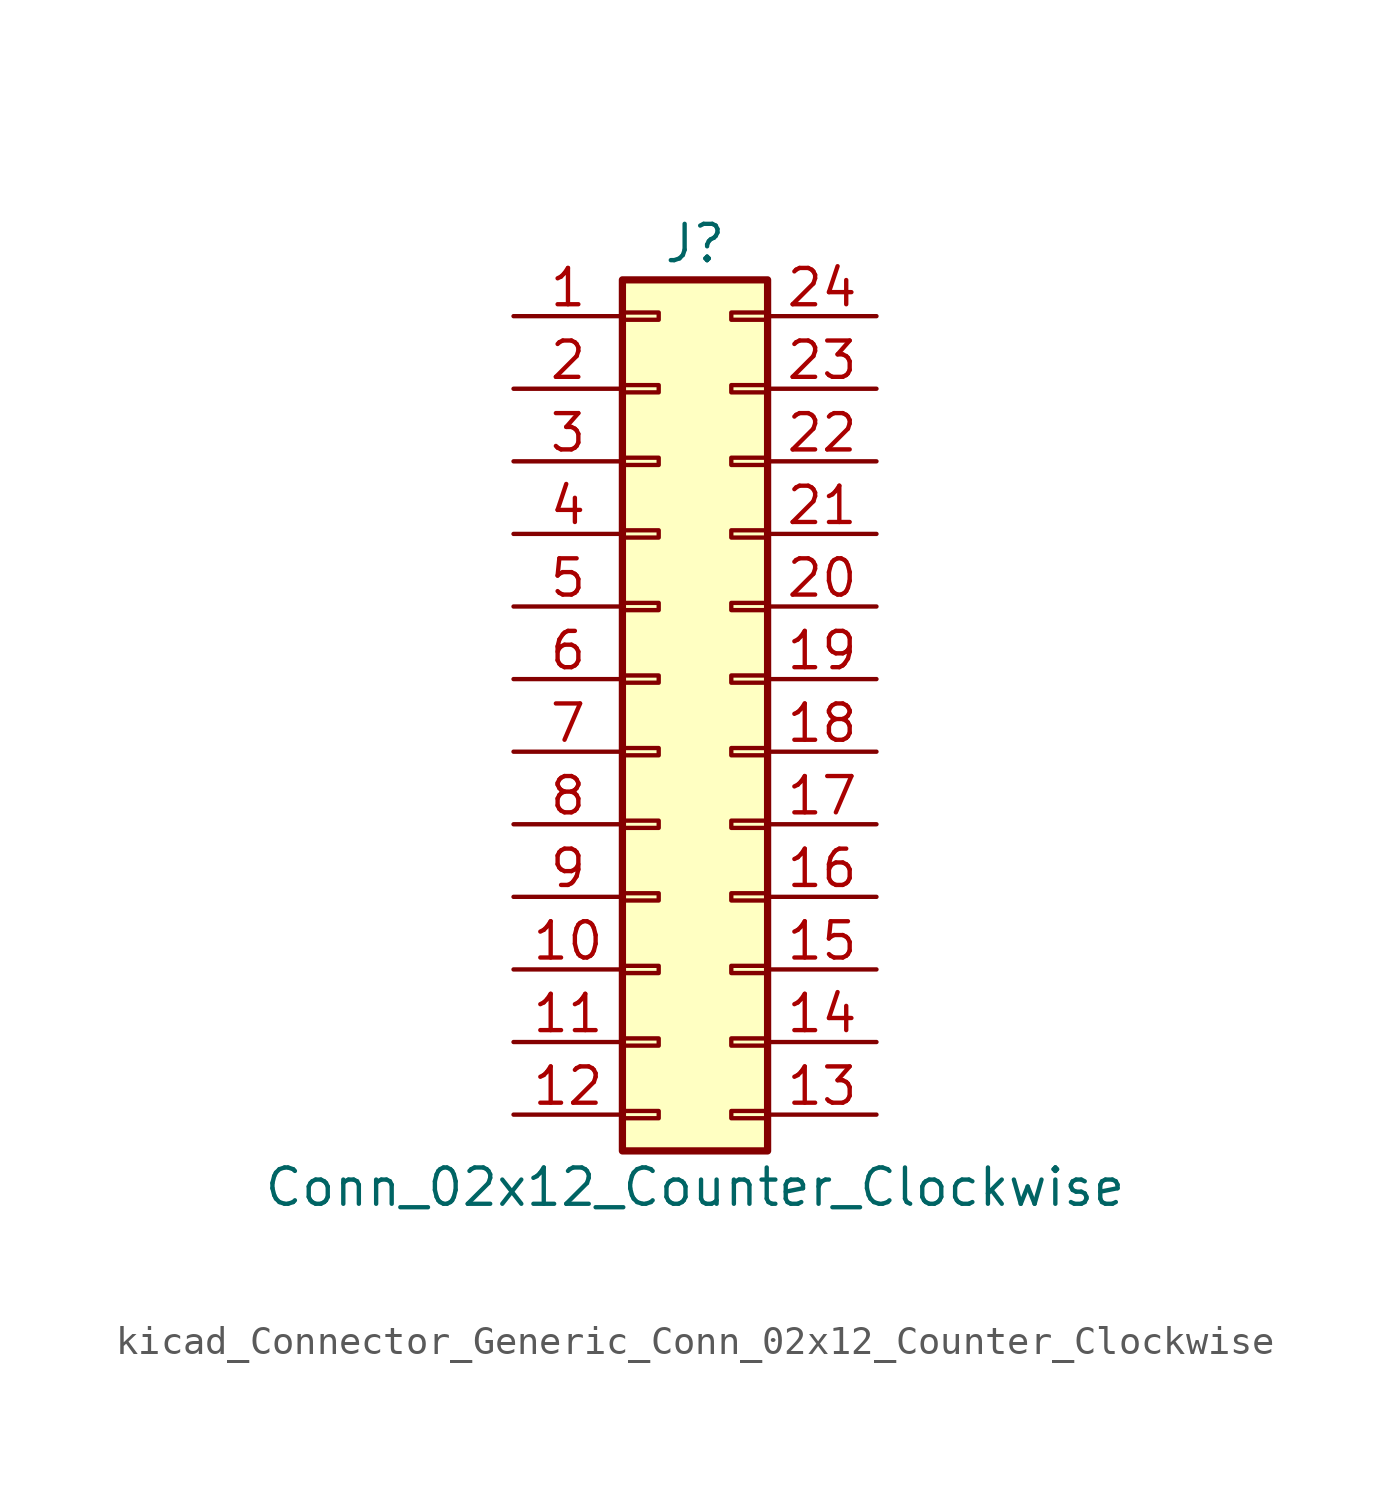
<source format=kicad_sym>
(kicad_symbol_lib
  (version 20220914)
  (generator kicad_symbol_editor)
  (symbol "kicad_Connector_Generic_Conn_02x12_Counter_Clockwise"
    (pin_names
      (offset 1.016) hide)
    (property "Reference" "J"
      (at 1.27 15.24 0)
      (effects (font (size 1.27 1.27))))
    (property "Value" "Conn_02x12_Counter_Clockwise"
      (at 1.27 -17.78 0)
      (effects (font (size 1.27 1.27))))
    (symbol "kicad_Connector_Generic_Conn_02x12_Counter_Clockwise_1_1"
      (rectangle (start -1.27 -15.113) (end 0 -15.367) (stroke (width 0.152) (type default)) (fill (type none)))
      (rectangle (start -1.27 -12.573) (end 0 -12.827) (stroke (width 0.152) (type default)) (fill (type none)))
      (rectangle (start -1.27 -10.033) (end 0 -10.287) (stroke (width 0.152) (type default)) (fill (type none)))
      (rectangle (start -1.27 -7.493) (end 0 -7.747) (stroke (width 0.152) (type default)) (fill (type none)))
      (rectangle (start -1.27 -4.953) (end 0 -5.207) (stroke (width 0.152) (type default)) (fill (type none)))
      (rectangle (start -1.27 -2.413) (end 0 -2.667) (stroke (width 0.152) (type default)) (fill (type none)))
      (rectangle (start -1.27 0.127) (end 0 -0.127) (stroke (width 0.152) (type default)) (fill (type none)))
      (rectangle (start -1.27 2.667) (end 0 2.413) (stroke (width 0.152) (type default)) (fill (type none)))
      (rectangle (start -1.27 5.207) (end 0 4.953) (stroke (width 0.152) (type default)) (fill (type none)))
      (rectangle (start -1.27 7.747) (end 0 7.493) (stroke (width 0.152) (type default)) (fill (type none)))
      (rectangle (start -1.27 10.287) (end 0 10.033) (stroke (width 0.152) (type default)) (fill (type none)))
      (rectangle (start -1.27 12.827) (end 0 12.573) (stroke (width 0.152) (type default)) (fill (type none)))
      (rectangle (start -1.27 13.97) (end 3.81 -16.51) (stroke (width 0.254) (type default)) (fill (type background)))
      (rectangle (start 3.81 -15.113) (end 2.54 -15.367) (stroke (width 0.152) (type default)) (fill (type none)))
      (rectangle (start 3.81 -12.573) (end 2.54 -12.827) (stroke (width 0.152) (type default)) (fill (type none)))
      (rectangle (start 3.81 -10.033) (end 2.54 -10.287) (stroke (width 0.152) (type default)) (fill (type none)))
      (rectangle (start 3.81 -7.493) (end 2.54 -7.747) (stroke (width 0.152) (type default)) (fill (type none)))
      (rectangle (start 3.81 -4.953) (end 2.54 -5.207) (stroke (width 0.152) (type default)) (fill (type none)))
      (rectangle (start 3.81 -2.413) (end 2.54 -2.667) (stroke (width 0.152) (type default)) (fill (type none)))
      (rectangle (start 3.81 0.127) (end 2.54 -0.127) (stroke (width 0.152) (type default)) (fill (type none)))
      (rectangle (start 3.81 2.667) (end 2.54 2.413) (stroke (width 0.152) (type default)) (fill (type none)))
      (rectangle (start 3.81 5.207) (end 2.54 4.953) (stroke (width 0.152) (type default)) (fill (type none)))
      (rectangle (start 3.81 7.747) (end 2.54 7.493) (stroke (width 0.152) (type default)) (fill (type none)))
      (rectangle (start 3.81 10.287) (end 2.54 10.033) (stroke (width 0.152) (type default)) (fill (type none)))
      (rectangle (start 3.81 12.827) (end 2.54 12.573) (stroke (width 0.152) (type default)) (fill (type none)))
      (pin passive line (at -5.08 12.7 0) (length 3.81) (name "Pin_1" (effects (font (size 1.27 1.27)))) (number "1" (effects (font (size 1.27 1.27)))))
      (pin passive line (at -5.08 -10.16 0) (length 3.81) (name "Pin_10" (effects (font (size 1.27 1.27)))) (number "10" (effects (font (size 1.27 1.27)))))
      (pin passive line (at -5.08 -12.7 0) (length 3.81) (name "Pin_11" (effects (font (size 1.27 1.27)))) (number "11" (effects (font (size 1.27 1.27)))))
      (pin passive line (at -5.08 -15.24 0) (length 3.81) (name "Pin_12" (effects (font (size 1.27 1.27)))) (number "12" (effects (font (size 1.27 1.27)))))
      (pin passive line (at 7.62 -15.24 180) (length 3.81) (name "Pin_13" (effects (font (size 1.27 1.27)))) (number "13" (effects (font (size 1.27 1.27)))))
      (pin passive line (at 7.62 -12.7 180) (length 3.81) (name "Pin_14" (effects (font (size 1.27 1.27)))) (number "14" (effects (font (size 1.27 1.27)))))
      (pin passive line (at 7.62 -10.16 180) (length 3.81) (name "Pin_15" (effects (font (size 1.27 1.27)))) (number "15" (effects (font (size 1.27 1.27)))))
      (pin passive line (at 7.62 -7.62 180) (length 3.81) (name "Pin_16" (effects (font (size 1.27 1.27)))) (number "16" (effects (font (size 1.27 1.27)))))
      (pin passive line (at 7.62 -5.08 180) (length 3.81) (name "Pin_17" (effects (font (size 1.27 1.27)))) (number "17" (effects (font (size 1.27 1.27)))))
      (pin passive line (at 7.62 -2.54 180) (length 3.81) (name "Pin_18" (effects (font (size 1.27 1.27)))) (number "18" (effects (font (size 1.27 1.27)))))
      (pin passive line (at 7.62 0 180) (length 3.81) (name "Pin_19" (effects (font (size 1.27 1.27)))) (number "19" (effects (font (size 1.27 1.27)))))
      (pin passive line (at -5.08 10.16 0) (length 3.81) (name "Pin_2" (effects (font (size 1.27 1.27)))) (number "2" (effects (font (size 1.27 1.27)))))
      (pin passive line (at 7.62 2.54 180) (length 3.81) (name "Pin_20" (effects (font (size 1.27 1.27)))) (number "20" (effects (font (size 1.27 1.27)))))
      (pin passive line (at 7.62 5.08 180) (length 3.81) (name "Pin_21" (effects (font (size 1.27 1.27)))) (number "21" (effects (font (size 1.27 1.27)))))
      (pin passive line (at 7.62 7.62 180) (length 3.81) (name "Pin_22" (effects (font (size 1.27 1.27)))) (number "22" (effects (font (size 1.27 1.27)))))
      (pin passive line (at 7.62 10.16 180) (length 3.81) (name "Pin_23" (effects (font (size 1.27 1.27)))) (number "23" (effects (font (size 1.27 1.27)))))
      (pin passive line (at 7.62 12.7 180) (length 3.81) (name "Pin_24" (effects (font (size 1.27 1.27)))) (number "24" (effects (font (size 1.27 1.27)))))
      (pin passive line (at -5.08 7.62 0) (length 3.81) (name "Pin_3" (effects (font (size 1.27 1.27)))) (number "3" (effects (font (size 1.27 1.27)))))
      (pin passive line (at -5.08 5.08 0) (length 3.81) (name "Pin_4" (effects (font (size 1.27 1.27)))) (number "4" (effects (font (size 1.27 1.27)))))
      (pin passive line (at -5.08 2.54 0) (length 3.81) (name "Pin_5" (effects (font (size 1.27 1.27)))) (number "5" (effects (font (size 1.27 1.27)))))
      (pin passive line (at -5.08 0 0) (length 3.81) (name "Pin_6" (effects (font (size 1.27 1.27)))) (number "6" (effects (font (size 1.27 1.27)))))
      (pin passive line (at -5.08 -2.54 0) (length 3.81) (name "Pin_7" (effects (font (size 1.27 1.27)))) (number "7" (effects (font (size 1.27 1.27)))))
      (pin passive line (at -5.08 -5.08 0) (length 3.81) (name "Pin_8" (effects (font (size 1.27 1.27)))) (number "8" (effects (font (size 1.27 1.27)))))
      (pin passive line (at -5.08 -7.62 0) (length 3.81) (name "Pin_9" (effects (font (size 1.27 1.27)))) (number "9" (effects (font (size 1.27 1.27))))))))
</source>
